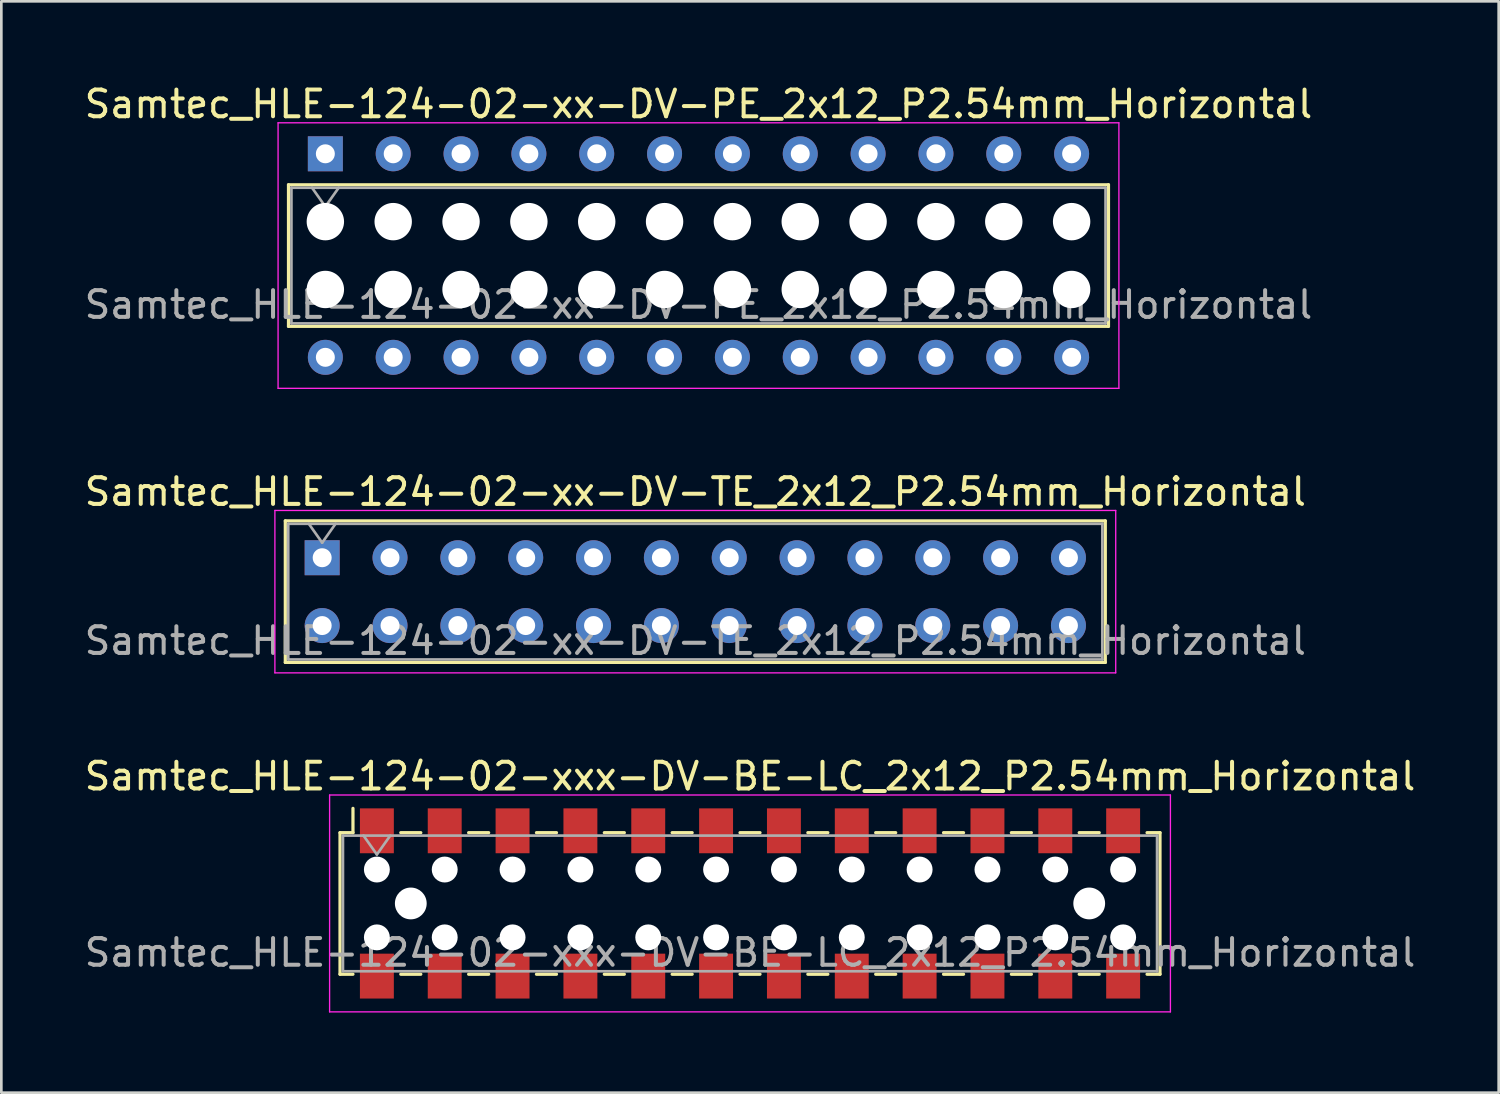
<source format=kicad_pcb>
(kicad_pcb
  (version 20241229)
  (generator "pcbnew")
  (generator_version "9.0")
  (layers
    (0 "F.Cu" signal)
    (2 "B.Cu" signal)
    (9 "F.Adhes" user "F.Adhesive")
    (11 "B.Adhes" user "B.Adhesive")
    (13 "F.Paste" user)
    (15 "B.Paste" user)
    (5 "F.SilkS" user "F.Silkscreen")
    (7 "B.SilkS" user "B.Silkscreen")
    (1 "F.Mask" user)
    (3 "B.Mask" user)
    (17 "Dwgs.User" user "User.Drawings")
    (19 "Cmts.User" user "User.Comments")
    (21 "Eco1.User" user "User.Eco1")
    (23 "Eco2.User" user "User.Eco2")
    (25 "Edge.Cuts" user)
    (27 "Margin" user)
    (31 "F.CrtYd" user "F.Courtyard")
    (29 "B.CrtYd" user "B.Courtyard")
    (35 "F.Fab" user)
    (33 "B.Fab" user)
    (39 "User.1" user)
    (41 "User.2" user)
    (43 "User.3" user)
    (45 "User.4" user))
  (footprint "Samtec_HLE-124-02-xxx-DV-BE-LC_2x12_P2.54mm_Horizontal"
    (layer "F.Cu")
    (at 25.03 30.775)
    (property "Reference" "Samtec_HLE-124-02-xxx-DV-BE-LC_2x12_P2.54mm_Horizontal" (at 0 -4.76 0) (layer "F.SilkS") (effects (font (size 1 1) (thickness 0.15))))
    (attr smd)
    (fp_line (start -15.35 -2.65) (end -15.35 2.65) (stroke (width 0.12) (type solid)) (layer "F.SilkS"))
    (fp_line (start -15.35 2.65) (end -14.865 2.65) (stroke (width 0.12) (type solid)) (layer "F.SilkS"))
    (fp_line (start -14.865 -3.56) (end -14.865 -2.65) (stroke (width 0.12) (type solid)) (layer "F.SilkS"))
    (fp_line (start -14.865 -2.65) (end -15.35 -2.65) (stroke (width 0.12) (type solid)) (layer "F.SilkS"))
    (fp_line (start -13.075 -2.65) (end -12.325 -2.65) (stroke (width 0.12) (type solid)) (layer "F.SilkS"))
    (fp_line (start -13.075 2.65) (end -12.325 2.65) (stroke (width 0.12) (type solid)) (layer "F.SilkS"))
    (fp_line (start -10.535 -2.65) (end -9.785 -2.65) (stroke (width 0.12) (type solid)) (layer "F.SilkS"))
    (fp_line (start -10.535 2.65) (end -9.785 2.65) (stroke (width 0.12) (type solid)) (layer "F.SilkS"))
    (fp_line (start -7.995 -2.65) (end -7.245 -2.65) (stroke (width 0.12) (type solid)) (layer "F.SilkS"))
    (fp_line (start -7.995 2.65) (end -7.245 2.65) (stroke (width 0.12) (type solid)) (layer "F.SilkS"))
    (fp_line (start -5.455 -2.65) (end -4.705 -2.65) (stroke (width 0.12) (type solid)) (layer "F.SilkS"))
    (fp_line (start -5.455 2.65) (end -4.705 2.65) (stroke (width 0.12) (type solid)) (layer "F.SilkS"))
    (fp_line (start -2.915 -2.65) (end -2.165 -2.65) (stroke (width 0.12) (type solid)) (layer "F.SilkS"))
    (fp_line (start -2.915 2.65) (end -2.165 2.65) (stroke (width 0.12) (type solid)) (layer "F.SilkS"))
    (fp_line (start -0.375 -2.65) (end 0.375 -2.65) (stroke (width 0.12) (type solid)) (layer "F.SilkS"))
    (fp_line (start -0.375 2.65) (end 0.375 2.65) (stroke (width 0.12) (type solid)) (layer "F.SilkS"))
    (fp_line (start 2.165 -2.65) (end 2.915 -2.65) (stroke (width 0.12) (type solid)) (layer "F.SilkS"))
    (fp_line (start 2.165 2.65) (end 2.915 2.65) (stroke (width 0.12) (type solid)) (layer "F.SilkS"))
    (fp_line (start 4.705 -2.65) (end 5.455 -2.65) (stroke (width 0.12) (type solid)) (layer "F.SilkS"))
    (fp_line (start 4.705 2.65) (end 5.455 2.65) (stroke (width 0.12) (type solid)) (layer "F.SilkS"))
    (fp_line (start 7.245 -2.65) (end 7.995 -2.65) (stroke (width 0.12) (type solid)) (layer "F.SilkS"))
    (fp_line (start 7.245 2.65) (end 7.995 2.65) (stroke (width 0.12) (type solid)) (layer "F.SilkS"))
    (fp_line (start 9.785 -2.65) (end 10.535 -2.65) (stroke (width 0.12) (type solid)) (layer "F.SilkS"))
    (fp_line (start 9.785 2.65) (end 10.535 2.65) (stroke (width 0.12) (type solid)) (layer "F.SilkS"))
    (fp_line (start 12.325 -2.65) (end 13.075 -2.65) (stroke (width 0.12) (type solid)) (layer "F.SilkS"))
    (fp_line (start 12.325 2.65) (end 13.075 2.65) (stroke (width 0.12) (type solid)) (layer "F.SilkS"))
    (fp_line (start 14.865 -2.65) (end 15.35 -2.65) (stroke (width 0.12) (type solid)) (layer "F.SilkS"))
    (fp_line (start 15.35 -2.65) (end 15.35 2.65) (stroke (width 0.12) (type solid)) (layer "F.SilkS"))
    (fp_line (start 15.35 2.65) (end 14.865 2.65) (stroke (width 0.12) (type solid)) (layer "F.SilkS"))
    (fp_line (start -15.74 -4.06) (end 15.74 -4.06) (stroke (width 0.05) (type solid)) (layer "F.CrtYd"))
    (fp_line (start -15.74 4.06) (end -15.74 -4.06) (stroke (width 0.05) (type solid)) (layer "F.CrtYd"))
    (fp_line (start 15.74 -4.06) (end 15.74 4.06) (stroke (width 0.05) (type solid)) (layer "F.CrtYd"))
    (fp_line (start 15.74 4.06) (end -15.74 4.06) (stroke (width 0.05) (type solid)) (layer "F.CrtYd"))
    (fp_line (start -15.24 -2.54) (end 15.24 -2.54) (stroke (width 0.1) (type solid)) (layer "F.Fab"))
    (fp_line (start -15.24 2.54) (end -15.24 -2.54) (stroke (width 0.1) (type solid)) (layer "F.Fab"))
    (fp_line (start -14.47 -2.54) (end -13.97 -1.833) (stroke (width 0.1) (type solid)) (layer "F.Fab"))
    (fp_line (start -13.97 -1.833) (end -13.47 -2.54) (stroke (width 0.1) (type solid)) (layer "F.Fab"))
    (fp_line (start 15.24 -2.54) (end 15.24 2.54) (stroke (width 0.1) (type solid)) (layer "F.Fab"))
    (fp_line (start 15.24 2.54) (end -15.24 2.54) (stroke (width 0.1) (type solid)) (layer "F.Fab"))
    (fp_text user "${REFERENCE}" (at 0 1.84 0) (layer "F.Fab") (effects (font (size 1 1) (thickness 0.15))))
    (pad "" np_thru_hole circle (at -13.97 -1.27) (size 0.97 0.97) (drill 0.97) (layers "*.Cu" "*.Mask"))
    (pad "" np_thru_hole circle (at -13.97 1.27) (size 0.97 0.97) (drill 0.97) (layers "*.Cu" "*.Mask"))
    (pad "" np_thru_hole circle (at -12.7 0) (size 1.19 1.19) (drill 1.19) (layers "*.Cu" "*.Mask"))
    (pad "" np_thru_hole circle (at -11.43 -1.27) (size 0.97 0.97) (drill 0.97) (layers "*.Cu" "*.Mask"))
    (pad "" np_thru_hole circle (at -11.43 1.27) (size 0.97 0.97) (drill 0.97) (layers "*.Cu" "*.Mask"))
    (pad "" np_thru_hole circle (at -8.89 -1.27) (size 0.97 0.97) (drill 0.97) (layers "*.Cu" "*.Mask"))
    (pad "" np_thru_hole circle (at -8.89 1.27) (size 0.97 0.97) (drill 0.97) (layers "*.Cu" "*.Mask"))
    (pad "" np_thru_hole circle (at -6.35 -1.27) (size 0.97 0.97) (drill 0.97) (layers "*.Cu" "*.Mask"))
    (pad "" np_thru_hole circle (at -6.35 1.27) (size 0.97 0.97) (drill 0.97) (layers "*.Cu" "*.Mask"))
    (pad "" np_thru_hole circle (at -3.81 -1.27) (size 0.97 0.97) (drill 0.97) (layers "*.Cu" "*.Mask"))
    (pad "" np_thru_hole circle (at -3.81 1.27) (size 0.97 0.97) (drill 0.97) (layers "*.Cu" "*.Mask"))
    (pad "" np_thru_hole circle (at -1.27 -1.27) (size 0.97 0.97) (drill 0.97) (layers "*.Cu" "*.Mask"))
    (pad "" np_thru_hole circle (at -1.27 1.27) (size 0.97 0.97) (drill 0.97) (layers "*.Cu" "*.Mask"))
    (pad "" np_thru_hole circle (at 1.27 -1.27) (size 0.97 0.97) (drill 0.97) (layers "*.Cu" "*.Mask"))
    (pad "" np_thru_hole circle (at 1.27 1.27) (size 0.97 0.97) (drill 0.97) (layers "*.Cu" "*.Mask"))
    (pad "" np_thru_hole circle (at 3.81 -1.27) (size 0.97 0.97) (drill 0.97) (layers "*.Cu" "*.Mask"))
    (pad "" np_thru_hole circle (at 3.81 1.27) (size 0.97 0.97) (drill 0.97) (layers "*.Cu" "*.Mask"))
    (pad "" np_thru_hole circle (at 6.35 -1.27) (size 0.97 0.97) (drill 0.97) (layers "*.Cu" "*.Mask"))
    (pad "" np_thru_hole circle (at 6.35 1.27) (size 0.97 0.97) (drill 0.97) (layers "*.Cu" "*.Mask"))
    (pad "" np_thru_hole circle (at 8.89 -1.27) (size 0.97 0.97) (drill 0.97) (layers "*.Cu" "*.Mask"))
    (pad "" np_thru_hole circle (at 8.89 1.27) (size 0.97 0.97) (drill 0.97) (layers "*.Cu" "*.Mask"))
    (pad "" np_thru_hole circle (at 11.43 -1.27) (size 0.97 0.97) (drill 0.97) (layers "*.Cu" "*.Mask"))
    (pad "" np_thru_hole circle (at 11.43 1.27) (size 0.97 0.97) (drill 0.97) (layers "*.Cu" "*.Mask"))
    (pad "" np_thru_hole circle (at 12.7 0) (size 1.19 1.19) (drill 1.19) (layers "*.Cu" "*.Mask"))
    (pad "" np_thru_hole circle (at 13.97 -1.27) (size 0.97 0.97) (drill 0.97) (layers "*.Cu" "*.Mask"))
    (pad "" np_thru_hole circle (at 13.97 1.27) (size 0.97 0.97) (drill 0.97) (layers "*.Cu" "*.Mask"))
    (pad "1" smd rect (at -13.97 -2.72) (size 1.27 1.68) (layers "F.Cu" "F.Mask" "F.Paste"))
    (pad "2" smd rect (at -13.97 2.72) (size 1.27 1.68) (layers "F.Cu" "F.Mask" "F.Paste"))
    (pad "3" smd rect (at -11.43 -2.72) (size 1.27 1.68) (layers "F.Cu" "F.Mask" "F.Paste"))
    (pad "4" smd rect (at -11.43 2.72) (size 1.27 1.68) (layers "F.Cu" "F.Mask" "F.Paste"))
    (pad "5" smd rect (at -8.89 -2.72) (size 1.27 1.68) (layers "F.Cu" "F.Mask" "F.Paste"))
    (pad "6" smd rect (at -8.89 2.72) (size 1.27 1.68) (layers "F.Cu" "F.Mask" "F.Paste"))
    (pad "7" smd rect (at -6.35 -2.72) (size 1.27 1.68) (layers "F.Cu" "F.Mask" "F.Paste"))
    (pad "8" smd rect (at -6.35 2.72) (size 1.27 1.68) (layers "F.Cu" "F.Mask" "F.Paste"))
    (pad "9" smd rect (at -3.81 -2.72) (size 1.27 1.68) (layers "F.Cu" "F.Mask" "F.Paste"))
    (pad "10" smd rect (at -3.81 2.72) (size 1.27 1.68) (layers "F.Cu" "F.Mask" "F.Paste"))
    (pad "11" smd rect (at -1.27 -2.72) (size 1.27 1.68) (layers "F.Cu" "F.Mask" "F.Paste"))
    (pad "12" smd rect (at -1.27 2.72) (size 1.27 1.68) (layers "F.Cu" "F.Mask" "F.Paste"))
    (pad "13" smd rect (at 1.27 -2.72) (size 1.27 1.68) (layers "F.Cu" "F.Mask" "F.Paste"))
    (pad "14" smd rect (at 1.27 2.72) (size 1.27 1.68) (layers "F.Cu" "F.Mask" "F.Paste"))
    (pad "15" smd rect (at 3.81 -2.72) (size 1.27 1.68) (layers "F.Cu" "F.Mask" "F.Paste"))
    (pad "16" smd rect (at 3.81 2.72) (size 1.27 1.68) (layers "F.Cu" "F.Mask" "F.Paste"))
    (pad "17" smd rect (at 6.35 -2.72) (size 1.27 1.68) (layers "F.Cu" "F.Mask" "F.Paste"))
    (pad "18" smd rect (at 6.35 2.72) (size 1.27 1.68) (layers "F.Cu" "F.Mask" "F.Paste"))
    (pad "19" smd rect (at 8.89 -2.72) (size 1.27 1.68) (layers "F.Cu" "F.Mask" "F.Paste"))
    (pad "20" smd rect (at 8.89 2.72) (size 1.27 1.68) (layers "F.Cu" "F.Mask" "F.Paste"))
    (pad "21" smd rect (at 11.43 -2.72) (size 1.27 1.68) (layers "F.Cu" "F.Mask" "F.Paste"))
    (pad "22" smd rect (at 11.43 2.72) (size 1.27 1.68) (layers "F.Cu" "F.Mask" "F.Paste"))
    (pad "23" smd rect (at 13.97 -2.72) (size 1.27 1.68) (layers "F.Cu" "F.Mask" "F.Paste"))
    (pad "24" smd rect (at 13.97 2.72) (size 1.27 1.68) (layers "F.Cu" "F.Mask" "F.Paste")))
  (footprint "Samtec_HLE-124-02-xx-DV-TE_2x12_P2.54mm_Horizontal"
    (layer "F.Cu")
    (at 9.012 17.831)
    (property "Reference" "Samtec_HLE-124-02-xx-DV-TE_2x12_P2.54mm_Horizontal" (at 13.97 -2.47 0) (layer "F.SilkS") (effects (font (size 1 1) (thickness 0.15))))
    (attr through_hole)
    (fp_line (start -1.38 -1.38) (end 29.32 -1.38) (stroke (width 0.12) (type solid)) (layer "F.SilkS"))
    (fp_line (start -1.38 3.92) (end -1.38 -1.38) (stroke (width 0.12) (type solid)) (layer "F.SilkS"))
    (fp_line (start 29.32 -1.38) (end 29.32 3.92) (stroke (width 0.12) (type solid)) (layer "F.SilkS"))
    (fp_line (start 29.32 3.92) (end -1.38 3.92) (stroke (width 0.12) (type solid)) (layer "F.SilkS"))
    (fp_line (start -1.77 -1.77) (end 29.71 -1.77) (stroke (width 0.05) (type solid)) (layer "F.CrtYd"))
    (fp_line (start -1.77 4.31) (end -1.77 -1.77) (stroke (width 0.05) (type solid)) (layer "F.CrtYd"))
    (fp_line (start 29.71 -1.77) (end 29.71 4.31) (stroke (width 0.05) (type solid)) (layer "F.CrtYd"))
    (fp_line (start 29.71 4.31) (end -1.77 4.31) (stroke (width 0.05) (type solid)) (layer "F.CrtYd"))
    (fp_line (start -1.27 -1.27) (end 29.21 -1.27) (stroke (width 0.1) (type solid)) (layer "F.Fab"))
    (fp_line (start -1.27 3.81) (end -1.27 -1.27) (stroke (width 0.1) (type solid)) (layer "F.Fab"))
    (fp_line (start -0.5 -1.27) (end 0 -0.563) (stroke (width 0.1) (type solid)) (layer "F.Fab"))
    (fp_line (start 0 -0.563) (end 0.5 -1.27) (stroke (width 0.1) (type solid)) (layer "F.Fab"))
    (fp_line (start 29.21 -1.27) (end 29.21 3.81) (stroke (width 0.1) (type solid)) (layer "F.Fab"))
    (fp_line (start 29.21 3.81) (end -1.27 3.81) (stroke (width 0.1) (type solid)) (layer "F.Fab"))
    (fp_text user "${REFERENCE}" (at 13.97 3.11 0) (layer "F.Fab") (effects (font (size 1 1) (thickness 0.15))))
    (pad "1" thru_hole rect (at 0 0) (size 1.31 1.31) (drill 0.71) (layers "*.Cu" "*.Mask"))
    (pad "2" thru_hole circle (at 0 2.54) (size 1.31 1.31) (drill 0.71) (layers "*.Cu" "*.Mask"))
    (pad "3" thru_hole circle (at 2.54 0) (size 1.31 1.31) (drill 0.71) (layers "*.Cu" "*.Mask"))
    (pad "4" thru_hole circle (at 2.54 2.54) (size 1.31 1.31) (drill 0.71) (layers "*.Cu" "*.Mask"))
    (pad "5" thru_hole circle (at 5.08 0) (size 1.31 1.31) (drill 0.71) (layers "*.Cu" "*.Mask"))
    (pad "6" thru_hole circle (at 5.08 2.54) (size 1.31 1.31) (drill 0.71) (layers "*.Cu" "*.Mask"))
    (pad "7" thru_hole circle (at 7.62 0) (size 1.31 1.31) (drill 0.71) (layers "*.Cu" "*.Mask"))
    (pad "8" thru_hole circle (at 7.62 2.54) (size 1.31 1.31) (drill 0.71) (layers "*.Cu" "*.Mask"))
    (pad "9" thru_hole circle (at 10.16 0) (size 1.31 1.31) (drill 0.71) (layers "*.Cu" "*.Mask"))
    (pad "10" thru_hole circle (at 10.16 2.54) (size 1.31 1.31) (drill 0.71) (layers "*.Cu" "*.Mask"))
    (pad "11" thru_hole circle (at 12.7 0) (size 1.31 1.31) (drill 0.71) (layers "*.Cu" "*.Mask"))
    (pad "12" thru_hole circle (at 12.7 2.54) (size 1.31 1.31) (drill 0.71) (layers "*.Cu" "*.Mask"))
    (pad "13" thru_hole circle (at 15.24 0) (size 1.31 1.31) (drill 0.71) (layers "*.Cu" "*.Mask"))
    (pad "14" thru_hole circle (at 15.24 2.54) (size 1.31 1.31) (drill 0.71) (layers "*.Cu" "*.Mask"))
    (pad "15" thru_hole circle (at 17.78 0) (size 1.31 1.31) (drill 0.71) (layers "*.Cu" "*.Mask"))
    (pad "16" thru_hole circle (at 17.78 2.54) (size 1.31 1.31) (drill 0.71) (layers "*.Cu" "*.Mask"))
    (pad "17" thru_hole circle (at 20.32 0) (size 1.31 1.31) (drill 0.71) (layers "*.Cu" "*.Mask"))
    (pad "18" thru_hole circle (at 20.32 2.54) (size 1.31 1.31) (drill 0.71) (layers "*.Cu" "*.Mask"))
    (pad "19" thru_hole circle (at 22.86 0) (size 1.31 1.31) (drill 0.71) (layers "*.Cu" "*.Mask"))
    (pad "20" thru_hole circle (at 22.86 2.54) (size 1.31 1.31) (drill 0.71) (layers "*.Cu" "*.Mask"))
    (pad "21" thru_hole circle (at 25.4 0) (size 1.31 1.31) (drill 0.71) (layers "*.Cu" "*.Mask"))
    (pad "22" thru_hole circle (at 25.4 2.54) (size 1.31 1.31) (drill 0.71) (layers "*.Cu" "*.Mask"))
    (pad "23" thru_hole circle (at 27.94 0) (size 1.31 1.31) (drill 0.71) (layers "*.Cu" "*.Mask"))
    (pad "24" thru_hole circle (at 27.94 2.54) (size 1.31 1.31) (drill 0.71) (layers "*.Cu" "*.Mask")))
  (footprint "Samtec_HLE-124-02-xx-DV-PE_2x12_P2.54mm_Horizontal"
    (layer "F.Cu")
    (at 9.131 2.708)
    (property "Reference" "Samtec_HLE-124-02-xx-DV-PE_2x12_P2.54mm_Horizontal" (at 13.97 -1.86 0) (layer "F.SilkS") (effects (font (size 1 1) (thickness 0.15))))
    (attr through_hole)
    (fp_line (start -1.38 1.16) (end 29.32 1.16) (stroke (width 0.12) (type solid)) (layer "F.SilkS"))
    (fp_line (start -1.38 6.46) (end -1.38 1.16) (stroke (width 0.12) (type solid)) (layer "F.SilkS"))
    (fp_line (start 29.32 1.16) (end 29.32 6.46) (stroke (width 0.12) (type solid)) (layer "F.SilkS"))
    (fp_line (start 29.32 6.46) (end -1.38 6.46) (stroke (width 0.12) (type solid)) (layer "F.SilkS"))
    (fp_line (start -1.77 -1.16) (end 29.71 -1.16) (stroke (width 0.05) (type solid)) (layer "F.CrtYd"))
    (fp_line (start -1.77 8.78) (end -1.77 -1.16) (stroke (width 0.05) (type solid)) (layer "F.CrtYd"))
    (fp_line (start 29.71 -1.16) (end 29.71 8.78) (stroke (width 0.05) (type solid)) (layer "F.CrtYd"))
    (fp_line (start 29.71 8.78) (end -1.77 8.78) (stroke (width 0.05) (type solid)) (layer "F.CrtYd"))
    (fp_line (start -1.27 1.27) (end 29.21 1.27) (stroke (width 0.1) (type solid)) (layer "F.Fab"))
    (fp_line (start -1.27 6.35) (end -1.27 1.27) (stroke (width 0.1) (type solid)) (layer "F.Fab"))
    (fp_line (start -0.5 1.27) (end 0 1.977) (stroke (width 0.1) (type solid)) (layer "F.Fab"))
    (fp_line (start 0 1.977) (end 0.5 1.27) (stroke (width 0.1) (type solid)) (layer "F.Fab"))
    (fp_line (start 29.21 1.27) (end 29.21 6.35) (stroke (width 0.1) (type solid)) (layer "F.Fab"))
    (fp_line (start 29.21 6.35) (end -1.27 6.35) (stroke (width 0.1) (type solid)) (layer "F.Fab"))
    (fp_text user "${REFERENCE}" (at 13.97 5.65 0) (layer "F.Fab") (effects (font (size 1 1) (thickness 0.15))))
    (pad "" np_thru_hole circle (at 0 2.54) (size 1.4 1.4) (drill 1.4) (layers "*.Cu" "*.Mask"))
    (pad "" np_thru_hole circle (at 0 5.08) (size 1.4 1.4) (drill 1.4) (layers "*.Cu" "*.Mask"))
    (pad "" np_thru_hole circle (at 2.54 2.54) (size 1.4 1.4) (drill 1.4) (layers "*.Cu" "*.Mask"))
    (pad "" np_thru_hole circle (at 2.54 5.08) (size 1.4 1.4) (drill 1.4) (layers "*.Cu" "*.Mask"))
    (pad "" np_thru_hole circle (at 5.08 2.54) (size 1.4 1.4) (drill 1.4) (layers "*.Cu" "*.Mask"))
    (pad "" np_thru_hole circle (at 5.08 5.08) (size 1.4 1.4) (drill 1.4) (layers "*.Cu" "*.Mask"))
    (pad "" np_thru_hole circle (at 7.62 2.54) (size 1.4 1.4) (drill 1.4) (layers "*.Cu" "*.Mask"))
    (pad "" np_thru_hole circle (at 7.62 5.08) (size 1.4 1.4) (drill 1.4) (layers "*.Cu" "*.Mask"))
    (pad "" np_thru_hole circle (at 10.16 2.54) (size 1.4 1.4) (drill 1.4) (layers "*.Cu" "*.Mask"))
    (pad "" np_thru_hole circle (at 10.16 5.08) (size 1.4 1.4) (drill 1.4) (layers "*.Cu" "*.Mask"))
    (pad "" np_thru_hole circle (at 12.7 2.54) (size 1.4 1.4) (drill 1.4) (layers "*.Cu" "*.Mask"))
    (pad "" np_thru_hole circle (at 12.7 5.08) (size 1.4 1.4) (drill 1.4) (layers "*.Cu" "*.Mask"))
    (pad "" np_thru_hole circle (at 15.24 2.54) (size 1.4 1.4) (drill 1.4) (layers "*.Cu" "*.Mask"))
    (pad "" np_thru_hole circle (at 15.24 5.08) (size 1.4 1.4) (drill 1.4) (layers "*.Cu" "*.Mask"))
    (pad "" np_thru_hole circle (at 17.78 2.54) (size 1.4 1.4) (drill 1.4) (layers "*.Cu" "*.Mask"))
    (pad "" np_thru_hole circle (at 17.78 5.08) (size 1.4 1.4) (drill 1.4) (layers "*.Cu" "*.Mask"))
    (pad "" np_thru_hole circle (at 20.32 2.54) (size 1.4 1.4) (drill 1.4) (layers "*.Cu" "*.Mask"))
    (pad "" np_thru_hole circle (at 20.32 5.08) (size 1.4 1.4) (drill 1.4) (layers "*.Cu" "*.Mask"))
    (pad "" np_thru_hole circle (at 22.86 2.54) (size 1.4 1.4) (drill 1.4) (layers "*.Cu" "*.Mask"))
    (pad "" np_thru_hole circle (at 22.86 5.08) (size 1.4 1.4) (drill 1.4) (layers "*.Cu" "*.Mask"))
    (pad "" np_thru_hole circle (at 25.4 2.54) (size 1.4 1.4) (drill 1.4) (layers "*.Cu" "*.Mask"))
    (pad "" np_thru_hole circle (at 25.4 5.08) (size 1.4 1.4) (drill 1.4) (layers "*.Cu" "*.Mask"))
    (pad "" np_thru_hole circle (at 27.94 2.54) (size 1.4 1.4) (drill 1.4) (layers "*.Cu" "*.Mask"))
    (pad "" np_thru_hole circle (at 27.94 5.08) (size 1.4 1.4) (drill 1.4) (layers "*.Cu" "*.Mask"))
    (pad "1" thru_hole rect (at 0 0) (size 1.31 1.31) (drill 0.71) (layers "*.Cu" "*.Mask"))
    (pad "2" thru_hole circle (at 0 7.62) (size 1.31 1.31) (drill 0.71) (layers "*.Cu" "*.Mask"))
    (pad "3" thru_hole circle (at 2.54 0) (size 1.31 1.31) (drill 0.71) (layers "*.Cu" "*.Mask"))
    (pad "4" thru_hole circle (at 2.54 7.62) (size 1.31 1.31) (drill 0.71) (layers "*.Cu" "*.Mask"))
    (pad "5" thru_hole circle (at 5.08 0) (size 1.31 1.31) (drill 0.71) (layers "*.Cu" "*.Mask"))
    (pad "6" thru_hole circle (at 5.08 7.62) (size 1.31 1.31) (drill 0.71) (layers "*.Cu" "*.Mask"))
    (pad "7" thru_hole circle (at 7.62 0) (size 1.31 1.31) (drill 0.71) (layers "*.Cu" "*.Mask"))
    (pad "8" thru_hole circle (at 7.62 7.62) (size 1.31 1.31) (drill 0.71) (layers "*.Cu" "*.Mask"))
    (pad "9" thru_hole circle (at 10.16 0) (size 1.31 1.31) (drill 0.71) (layers "*.Cu" "*.Mask"))
    (pad "10" thru_hole circle (at 10.16 7.62) (size 1.31 1.31) (drill 0.71) (layers "*.Cu" "*.Mask"))
    (pad "11" thru_hole circle (at 12.7 0) (size 1.31 1.31) (drill 0.71) (layers "*.Cu" "*.Mask"))
    (pad "12" thru_hole circle (at 12.7 7.62) (size 1.31 1.31) (drill 0.71) (layers "*.Cu" "*.Mask"))
    (pad "13" thru_hole circle (at 15.24 0) (size 1.31 1.31) (drill 0.71) (layers "*.Cu" "*.Mask"))
    (pad "14" thru_hole circle (at 15.24 7.62) (size 1.31 1.31) (drill 0.71) (layers "*.Cu" "*.Mask"))
    (pad "15" thru_hole circle (at 17.78 0) (size 1.31 1.31) (drill 0.71) (layers "*.Cu" "*.Mask"))
    (pad "16" thru_hole circle (at 17.78 7.62) (size 1.31 1.31) (drill 0.71) (layers "*.Cu" "*.Mask"))
    (pad "17" thru_hole circle (at 20.32 0) (size 1.31 1.31) (drill 0.71) (layers "*.Cu" "*.Mask"))
    (pad "18" thru_hole circle (at 20.32 7.62) (size 1.31 1.31) (drill 0.71) (layers "*.Cu" "*.Mask"))
    (pad "19" thru_hole circle (at 22.86 0) (size 1.31 1.31) (drill 0.71) (layers "*.Cu" "*.Mask"))
    (pad "20" thru_hole circle (at 22.86 7.62) (size 1.31 1.31) (drill 0.71) (layers "*.Cu" "*.Mask"))
    (pad "21" thru_hole circle (at 25.4 0) (size 1.31 1.31) (drill 0.71) (layers "*.Cu" "*.Mask"))
    (pad "22" thru_hole circle (at 25.4 7.62) (size 1.31 1.31) (drill 0.71) (layers "*.Cu" "*.Mask"))
    (pad "23" thru_hole circle (at 27.94 0) (size 1.31 1.31) (drill 0.71) (layers "*.Cu" "*.Mask"))
    (pad "24" thru_hole circle (at 27.94 7.62) (size 1.31 1.31) (drill 0.71) (layers "*.Cu" "*.Mask")))
  (gr_rect
    (start -3 -3)
    (end 53.06 37.86)
    (stroke (width 0.1) (type default))
    (fill no)
    (layer "Edge.Cuts")))
</source>
